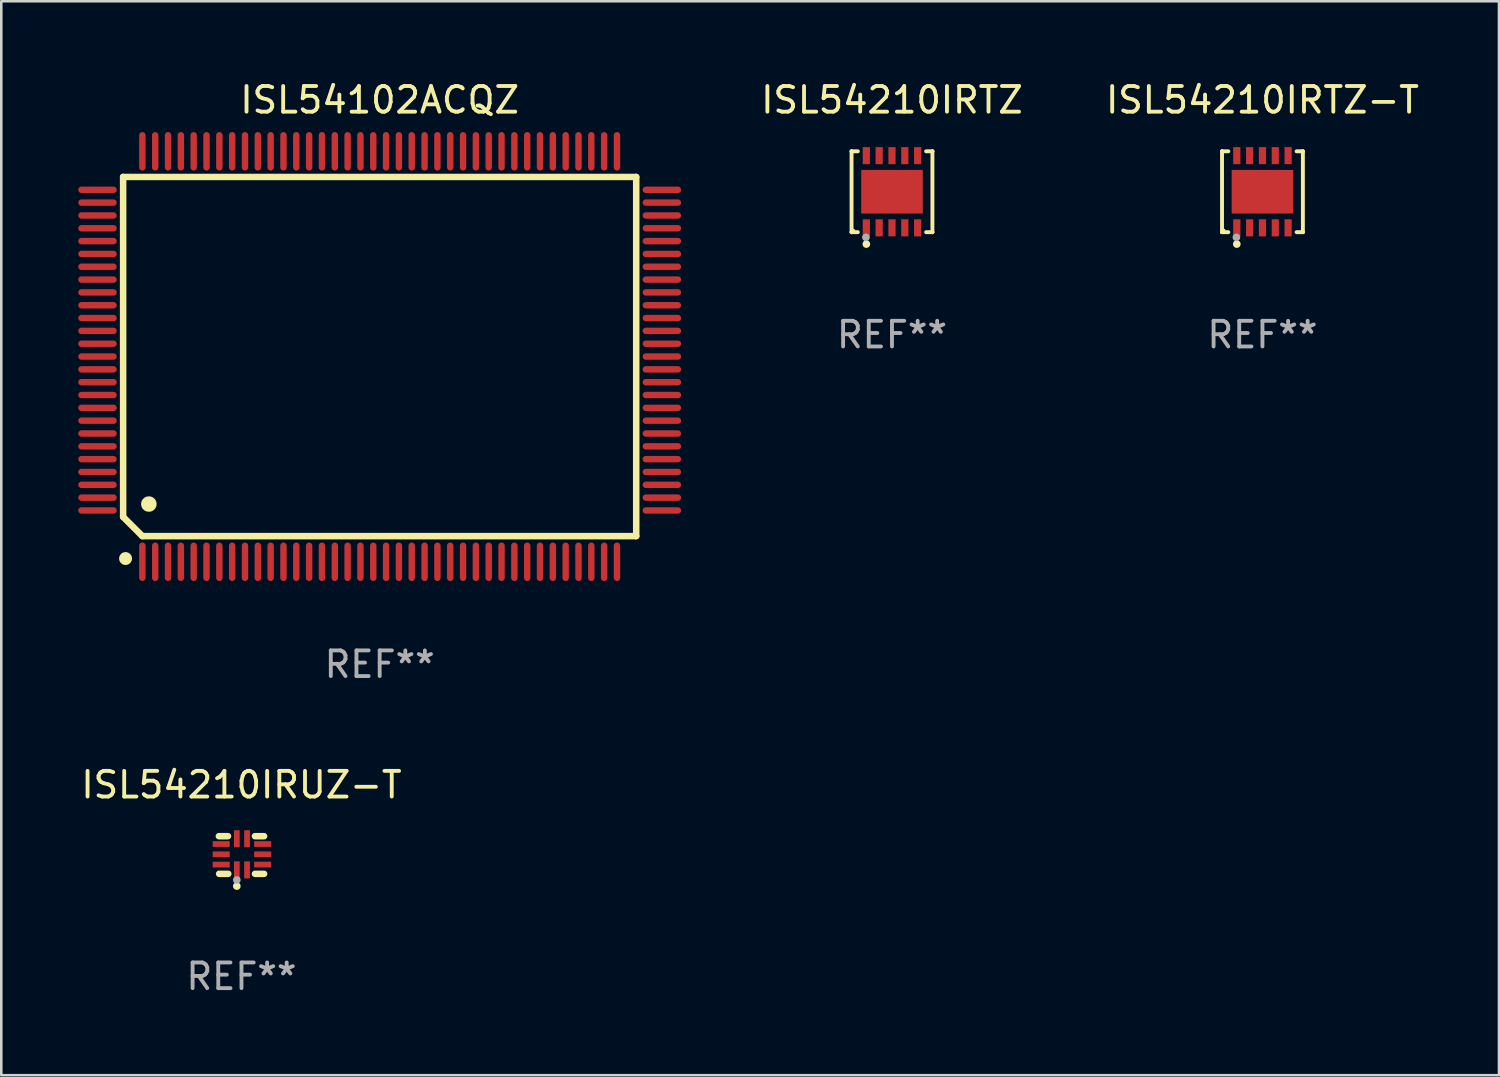
<source format=kicad_pcb>
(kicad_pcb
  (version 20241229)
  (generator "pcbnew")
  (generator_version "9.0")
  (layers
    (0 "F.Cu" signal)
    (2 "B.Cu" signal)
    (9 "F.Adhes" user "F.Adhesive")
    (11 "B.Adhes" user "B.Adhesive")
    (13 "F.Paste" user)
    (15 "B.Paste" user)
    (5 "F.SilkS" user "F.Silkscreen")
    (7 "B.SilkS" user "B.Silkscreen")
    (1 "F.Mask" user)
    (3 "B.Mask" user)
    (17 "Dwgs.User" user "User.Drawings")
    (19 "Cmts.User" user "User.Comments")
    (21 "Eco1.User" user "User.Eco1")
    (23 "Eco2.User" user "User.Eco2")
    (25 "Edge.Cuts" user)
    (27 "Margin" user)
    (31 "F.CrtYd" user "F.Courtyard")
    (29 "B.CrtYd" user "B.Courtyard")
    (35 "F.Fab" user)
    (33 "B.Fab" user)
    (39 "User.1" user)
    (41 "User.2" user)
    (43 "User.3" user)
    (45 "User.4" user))
  (footprint "ISL54210IRUZ-T"
    (layer "F.Cu")
    (at 6.363 30.279)
    (property "Reference" "ISL54210IRUZ-T" (at 0 -2.734 0) (layer "F.SilkS") (effects (font (size 1 1) (thickness 0.15))))
    (attr through_hole)
    (fp_line (start -0.881 -0.734) (end -0.526 -0.734) (stroke (width 0.254) (type solid)) (layer "F.SilkS"))
    (fp_line (start -0.871 0.734) (end -0.516 0.734) (stroke (width 0.254) (type solid)) (layer "F.SilkS"))
    (fp_line (start 0.526 -0.734) (end 0.881 -0.734) (stroke (width 0.254) (type solid)) (layer "F.SilkS"))
    (fp_line (start 0.526 0.734) (end 0.881 0.734) (stroke (width 0.254) (type solid)) (layer "F.SilkS"))
    (fp_circle (center -0.882 0.672) (end -0.852 0.672) (stroke (width 0.06) (type solid)) (fill no) (layer "F.SilkS"))
    (fp_circle (center -0.182 1.212) (end -0.107 1.212) (stroke (width 0.15) (type solid)) (fill no) (layer "F.SilkS"))
    (fp_circle (center -0.182 0.972) (end -0.107 0.972) (stroke (width 0.15) (type solid)) (fill no) (layer "F.Fab"))
    (fp_text user "REF**" (at 0 4.734 0) (layer "F.Fab") (effects (font (size 1 1) (thickness 0.15))))
    (pad "1" smd rect (at -0.182 0.58) (size 0.224 0.665) (layers "F.Cu" "F.Mask" "F.Paste"))
    (pad "2" smd rect (at 0.217 0.58) (size 0.224 0.665) (layers "F.Cu" "F.Mask" "F.Paste"))
    (pad "3" smd rect (at 0.825 0.372) (size 0.665 0.224) (layers "F.Cu" "F.Mask" "F.Paste"))
    (pad "4" smd rect (at 0.825 -0.028) (size 0.665 0.224) (layers "F.Cu" "F.Mask" "F.Paste"))
    (pad "5" smd rect (at 0.825 -0.428) (size 0.665 0.224) (layers "F.Cu" "F.Mask" "F.Paste"))
    (pad "6" smd rect (at 0.217 -0.635) (size 0.224 0.665) (layers "F.Cu" "F.Mask" "F.Paste"))
    (pad "7" smd rect (at -0.182 -0.635) (size 0.224 0.665) (layers "F.Cu" "F.Mask" "F.Paste"))
    (pad "8" smd rect (at -0.79 -0.428) (size 0.665 0.224) (layers "F.Cu" "F.Mask" "F.Paste"))
    (pad "9" smd rect (at -0.79 -0.028) (size 0.665 0.224) (layers "F.Cu" "F.Mask" "F.Paste"))
    (pad "10" smd rect (at -0.79 0.372) (size 0.665 0.224) (layers "F.Cu" "F.Mask" "F.Paste")))
  (footprint "ISL54210IRTZ"
    (layer "F.Cu")
    (at 31.72 4.424)
    (property "Reference" "ISL54210IRTZ" (at 0 -3.576 0) (layer "F.SilkS") (effects (font (size 1 1) (thickness 0.15))))
    (attr through_hole)
    (fp_line (start -1.576 -1.576) (end -1.576 -1.576) (stroke (width 0.152) (type solid)) (layer "F.SilkS"))
    (fp_line (start -1.576 -1.576) (end -1.331 -1.576) (stroke (width 0.152) (type solid)) (layer "F.SilkS"))
    (fp_line (start -1.576 1.576) (end -1.576 -1.576) (stroke (width 0.152) (type solid)) (layer "F.SilkS"))
    (fp_line (start -1.576 1.576) (end -1.576 1.576) (stroke (width 0.152) (type solid)) (layer "F.SilkS"))
    (fp_line (start -1.331 1.576) (end -1.576 1.576) (stroke (width 0.152) (type solid)) (layer "F.SilkS"))
    (fp_line (start 1.331 1.576) (end 1.576 1.576) (stroke (width 0.152) (type solid)) (layer "F.SilkS"))
    (fp_line (start 1.576 -1.576) (end 1.331 -1.576) (stroke (width 0.152) (type solid)) (layer "F.SilkS"))
    (fp_line (start 1.576 -1.576) (end 1.576 -1.576) (stroke (width 0.152) (type solid)) (layer "F.SilkS"))
    (fp_line (start 1.576 1.576) (end 1.576 -1.576) (stroke (width 0.152) (type solid)) (layer "F.SilkS"))
    (fp_line (start 1.576 1.576) (end 1.576 1.576) (stroke (width 0.152) (type solid)) (layer "F.SilkS"))
    (fp_circle (center -1.5 1.5) (end -1.47 1.5) (stroke (width 0.06) (type solid)) (fill no) (layer "F.SilkS"))
    (fp_circle (center -1 2.04) (end -0.925 2.04) (stroke (width 0.15) (type solid)) (fill no) (layer "F.SilkS"))
    (fp_circle (center -1.016 1.778) (end -0.941 1.778) (stroke (width 0.15) (type solid)) (fill no) (layer "F.Fab"))
    (fp_text user "REF**" (at 0 5.576 0) (layer "F.Fab") (effects (font (size 1 1) (thickness 0.15))))
    (pad "1" smd rect (at -1 1.407) (size 0.28 0.665) (layers "F.Cu" "F.Mask" "F.Paste"))
    (pad "2" smd rect (at -0.5 1.407) (size 0.28 0.665) (layers "F.Cu" "F.Mask" "F.Paste"))
    (pad "3" smd rect (at 0 1.407) (size 0.28 0.665) (layers "F.Cu" "F.Mask" "F.Paste"))
    (pad "4" smd rect (at 0.5 1.407) (size 0.28 0.665) (layers "F.Cu" "F.Mask" "F.Paste"))
    (pad "5" smd rect (at 1 1.407) (size 0.28 0.665) (layers "F.Cu" "F.Mask" "F.Paste"))
    (pad "6" smd rect (at 1 -1.407) (size 0.28 0.665) (layers "F.Cu" "F.Mask" "F.Paste"))
    (pad "7" smd rect (at 0.5 -1.407) (size 0.28 0.665) (layers "F.Cu" "F.Mask" "F.Paste"))
    (pad "8" smd rect (at 0 -1.407) (size 0.28 0.665) (layers "F.Cu" "F.Mask" "F.Paste"))
    (pad "9" smd rect (at -0.5 -1.407) (size 0.28 0.665) (layers "F.Cu" "F.Mask" "F.Paste"))
    (pad "10" smd rect (at -1 -1.407) (size 0.28 0.665) (layers "F.Cu" "F.Mask" "F.Paste"))
    (pad "11" smd rect (at 0 0) (size 2.4 1.7) (layers "F.Cu" "F.Mask" "F.Paste")))
  (footprint "ISL54210IRTZ-T"
    (layer "F.Cu")
    (at 46.161 4.424)
    (property "Reference" "ISL54210IRTZ-T" (at 0 -3.576 0) (layer "F.SilkS") (effects (font (size 1 1) (thickness 0.15))))
    (attr through_hole)
    (fp_line (start -1.576 -1.576) (end -1.576 -1.576) (stroke (width 0.152) (type solid)) (layer "F.SilkS"))
    (fp_line (start -1.576 -1.576) (end -1.331 -1.576) (stroke (width 0.152) (type solid)) (layer "F.SilkS"))
    (fp_line (start -1.576 1.576) (end -1.576 -1.576) (stroke (width 0.152) (type solid)) (layer "F.SilkS"))
    (fp_line (start -1.576 1.576) (end -1.576 1.576) (stroke (width 0.152) (type solid)) (layer "F.SilkS"))
    (fp_line (start -1.331 1.576) (end -1.576 1.576) (stroke (width 0.152) (type solid)) (layer "F.SilkS"))
    (fp_line (start 1.331 1.576) (end 1.576 1.576) (stroke (width 0.152) (type solid)) (layer "F.SilkS"))
    (fp_line (start 1.576 -1.576) (end 1.331 -1.576) (stroke (width 0.152) (type solid)) (layer "F.SilkS"))
    (fp_line (start 1.576 -1.576) (end 1.576 -1.576) (stroke (width 0.152) (type solid)) (layer "F.SilkS"))
    (fp_line (start 1.576 1.576) (end 1.576 -1.576) (stroke (width 0.152) (type solid)) (layer "F.SilkS"))
    (fp_line (start 1.576 1.576) (end 1.576 1.576) (stroke (width 0.152) (type solid)) (layer "F.SilkS"))
    (fp_circle (center -1.5 1.5) (end -1.47 1.5) (stroke (width 0.06) (type solid)) (fill no) (layer "F.SilkS"))
    (fp_circle (center -1 2.04) (end -0.925 2.04) (stroke (width 0.15) (type solid)) (fill no) (layer "F.SilkS"))
    (fp_circle (center -1.016 1.778) (end -0.941 1.778) (stroke (width 0.15) (type solid)) (fill no) (layer "F.Fab"))
    (fp_text user "REF**" (at 0 5.576 0) (layer "F.Fab") (effects (font (size 1 1) (thickness 0.15))))
    (pad "1" smd rect (at -1 1.407) (size 0.28 0.665) (layers "F.Cu" "F.Mask" "F.Paste"))
    (pad "2" smd rect (at -0.5 1.407) (size 0.28 0.665) (layers "F.Cu" "F.Mask" "F.Paste"))
    (pad "3" smd rect (at 0 1.407) (size 0.28 0.665) (layers "F.Cu" "F.Mask" "F.Paste"))
    (pad "4" smd rect (at 0.5 1.407) (size 0.28 0.665) (layers "F.Cu" "F.Mask" "F.Paste"))
    (pad "5" smd rect (at 1 1.407) (size 0.28 0.665) (layers "F.Cu" "F.Mask" "F.Paste"))
    (pad "6" smd rect (at 1 -1.407) (size 0.28 0.665) (layers "F.Cu" "F.Mask" "F.Paste"))
    (pad "7" smd rect (at 0.5 -1.407) (size 0.28 0.665) (layers "F.Cu" "F.Mask" "F.Paste"))
    (pad "8" smd rect (at 0 -1.407) (size 0.28 0.665) (layers "F.Cu" "F.Mask" "F.Paste"))
    (pad "9" smd rect (at -0.5 -1.407) (size 0.28 0.665) (layers "F.Cu" "F.Mask" "F.Paste"))
    (pad "10" smd rect (at -1 -1.407) (size 0.28 0.665) (layers "F.Cu" "F.Mask" "F.Paste"))
    (pad "11" smd rect (at 0 0) (size 2.4 1.7) (layers "F.Cu" "F.Mask" "F.Paste")))
  (footprint "ISL54102ACQZ"
    (layer "F.Cu")
    (at 11.75 10.848)
    (property "Reference" "ISL54102ACQZ" (at 0 -10 0) (layer "F.SilkS") (effects (font (size 1 1) (thickness 0.15))))
    (attr through_hole)
    (fp_line (start -10 -7) (end -10 6.25) (stroke (width 0.254) (type solid)) (layer "F.SilkS"))
    (fp_line (start -10 -7) (end 10 -7) (stroke (width 0.254) (type solid)) (layer "F.SilkS"))
    (fp_line (start -9.252 7) (end -10 6.252) (stroke (width 0.254) (type solid)) (layer "F.SilkS"))
    (fp_line (start 10 -7) (end 10 7) (stroke (width 0.254) (type solid)) (layer "F.SilkS"))
    (fp_line (start 10 7) (end -9.252 7) (stroke (width 0.254) (type solid)) (layer "F.SilkS"))
    (fp_arc (start -9.000025 5.750013) (mid -8.997485 5.750002) (end -8.994945 5.750013) (stroke (width 0.6) (type solid)) (layer "F.SilkS"))
    (fp_circle (center -9.906 7.874) (end -9.779 7.874) (stroke (width 0.254) (type solid)) (fill no) (layer "F.SilkS"))
    (fp_text user "REF**" (at 0 12 0) (layer "F.Fab") (effects (font (size 1 1) (thickness 0.15))))
    (pad "1" smd oval (at -9.25 8) (size 0.25 1.5) (layers "F.Cu" "F.Mask" "F.Paste"))
    (pad "2" smd oval (at -8.75 8) (size 0.25 1.5) (layers "F.Cu" "F.Mask" "F.Paste"))
    (pad "3" smd oval (at -8.25 8) (size 0.25 1.5) (layers "F.Cu" "F.Mask" "F.Paste"))
    (pad "4" smd oval (at -7.75 8) (size 0.25 1.5) (layers "F.Cu" "F.Mask" "F.Paste"))
    (pad "5" smd oval (at -7.25 8) (size 0.25 1.5) (layers "F.Cu" "F.Mask" "F.Paste"))
    (pad "6" smd oval (at -6.75 8) (size 0.25 1.5) (layers "F.Cu" "F.Mask" "F.Paste"))
    (pad "7" smd oval (at -6.25 8) (size 0.25 1.5) (layers "F.Cu" "F.Mask" "F.Paste"))
    (pad "8" smd oval (at -5.75 8) (size 0.25 1.5) (layers "F.Cu" "F.Mask" "F.Paste"))
    (pad "9" smd oval (at -5.25 8) (size 0.25 1.5) (layers "F.Cu" "F.Mask" "F.Paste"))
    (pad "10" smd oval (at -4.75 8) (size 0.25 1.5) (layers "F.Cu" "F.Mask" "F.Paste"))
    (pad "11" smd oval (at -4.25 8) (size 0.25 1.5) (layers "F.Cu" "F.Mask" "F.Paste"))
    (pad "12" smd oval (at -3.75 8) (size 0.25 1.5) (layers "F.Cu" "F.Mask" "F.Paste"))
    (pad "13" smd oval (at -3.25 8) (size 0.25 1.5) (layers "F.Cu" "F.Mask" "F.Paste"))
    (pad "14" smd oval (at -2.75 8) (size 0.25 1.5) (layers "F.Cu" "F.Mask" "F.Paste"))
    (pad "15" smd oval (at -2.25 8) (size 0.25 1.5) (layers "F.Cu" "F.Mask" "F.Paste"))
    (pad "16" smd oval (at -1.75 8) (size 0.25 1.5) (layers "F.Cu" "F.Mask" "F.Paste"))
    (pad "17" smd oval (at -1.25 8) (size 0.25 1.5) (layers "F.Cu" "F.Mask" "F.Paste"))
    (pad "18" smd oval (at -0.75 8) (size 0.25 1.5) (layers "F.Cu" "F.Mask" "F.Paste"))
    (pad "19" smd oval (at -0.25 8) (size 0.25 1.5) (layers "F.Cu" "F.Mask" "F.Paste"))
    (pad "20" smd oval (at 0.25 8) (size 0.25 1.5) (layers "F.Cu" "F.Mask" "F.Paste"))
    (pad "21" smd oval (at 0.75 8) (size 0.25 1.5) (layers "F.Cu" "F.Mask" "F.Paste"))
    (pad "22" smd oval (at 1.25 8) (size 0.25 1.5) (layers "F.Cu" "F.Mask" "F.Paste"))
    (pad "23" smd oval (at 1.75 8) (size 0.25 1.5) (layers "F.Cu" "F.Mask" "F.Paste"))
    (pad "24" smd oval (at 2.25 8) (size 0.25 1.5) (layers "F.Cu" "F.Mask" "F.Paste"))
    (pad "25" smd oval (at 2.75 8) (size 0.25 1.5) (layers "F.Cu" "F.Mask" "F.Paste"))
    (pad "26" smd oval (at 3.25 8) (size 0.25 1.5) (layers "F.Cu" "F.Mask" "F.Paste"))
    (pad "27" smd oval (at 3.75 8) (size 0.25 1.5) (layers "F.Cu" "F.Mask" "F.Paste"))
    (pad "28" smd oval (at 4.25 8) (size 0.25 1.5) (layers "F.Cu" "F.Mask" "F.Paste"))
    (pad "29" smd oval (at 4.75 8) (size 0.25 1.5) (layers "F.Cu" "F.Mask" "F.Paste"))
    (pad "30" smd oval (at 5.25 8) (size 0.25 1.5) (layers "F.Cu" "F.Mask" "F.Paste"))
    (pad "31" smd oval (at 5.75 8) (size 0.25 1.5) (layers "F.Cu" "F.Mask" "F.Paste"))
    (pad "32" smd oval (at 6.25 8) (size 0.25 1.5) (layers "F.Cu" "F.Mask" "F.Paste"))
    (pad "33" smd oval (at 6.75 8 180) (size 0.25 1.5) (layers "F.Cu" "F.Mask" "F.Paste"))
    (pad "34" smd oval (at 7.25 8 180) (size 0.25 1.5) (layers "F.Cu" "F.Mask" "F.Paste"))
    (pad "35" smd oval (at 7.75 8 180) (size 0.25 1.5) (layers "F.Cu" "F.Mask" "F.Paste"))
    (pad "36" smd oval (at 8.25 8 180) (size 0.25 1.5) (layers "F.Cu" "F.Mask" "F.Paste"))
    (pad "37" smd oval (at 8.75 8 180) (size 0.25 1.5) (layers "F.Cu" "F.Mask" "F.Paste"))
    (pad "38" smd oval (at 9.25 8 180) (size 0.25 1.5) (layers "F.Cu" "F.Mask" "F.Paste"))
    (pad "39" smd oval (at 11 6 270) (size 0.25 1.5) (layers "F.Cu" "F.Mask" "F.Paste"))
    (pad "40" smd oval (at 11 5.5 270) (size 0.25 1.5) (layers "F.Cu" "F.Mask" "F.Paste"))
    (pad "41" smd oval (at 11 5 270) (size 0.25 1.5) (layers "F.Cu" "F.Mask" "F.Paste"))
    (pad "42" smd oval (at 11 4.5 270) (size 0.25 1.5) (layers "F.Cu" "F.Mask" "F.Paste"))
    (pad "43" smd oval (at 11 4 270) (size 0.25 1.5) (layers "F.Cu" "F.Mask" "F.Paste"))
    (pad "44" smd oval (at 11 3.5 270) (size 0.25 1.5) (layers "F.Cu" "F.Mask" "F.Paste"))
    (pad "45" smd oval (at 11 3 270) (size 0.25 1.5) (layers "F.Cu" "F.Mask" "F.Paste"))
    (pad "46" smd oval (at 11 2.5 270) (size 0.25 1.5) (layers "F.Cu" "F.Mask" "F.Paste"))
    (pad "47" smd oval (at 11 2 270) (size 0.25 1.5) (layers "F.Cu" "F.Mask" "F.Paste"))
    (pad "48" smd oval (at 11 1.5 270) (size 0.25 1.5) (layers "F.Cu" "F.Mask" "F.Paste"))
    (pad "49" smd oval (at 11 1 270) (size 0.25 1.5) (layers "F.Cu" "F.Mask" "F.Paste"))
    (pad "50" smd oval (at 11 0.5 270) (size 0.25 1.5) (layers "F.Cu" "F.Mask" "F.Paste"))
    (pad "51" smd oval (at 11 0 270) (size 0.25 1.5) (layers "F.Cu" "F.Mask" "F.Paste"))
    (pad "52" smd oval (at 11 -0.5 270) (size 0.25 1.5) (layers "F.Cu" "F.Mask" "F.Paste"))
    (pad "53" smd oval (at 11 -1 270) (size 0.25 1.5) (layers "F.Cu" "F.Mask" "F.Paste"))
    (pad "54" smd oval (at 11 -1.5 270) (size 0.25 1.5) (layers "F.Cu" "F.Mask" "F.Paste"))
    (pad "55" smd oval (at 11 -2 270) (size 0.25 1.5) (layers "F.Cu" "F.Mask" "F.Paste"))
    (pad "56" smd oval (at 11 -2.5 270) (size 0.25 1.5) (layers "F.Cu" "F.Mask" "F.Paste"))
    (pad "57" smd oval (at 11 -3 270) (size 0.25 1.5) (layers "F.Cu" "F.Mask" "F.Paste"))
    (pad "58" smd oval (at 11 -3.5 270) (size 0.25 1.5) (layers "F.Cu" "F.Mask" "F.Paste"))
    (pad "59" smd oval (at 11 -4 270) (size 0.25 1.5) (layers "F.Cu" "F.Mask" "F.Paste"))
    (pad "60" smd oval (at 11 -4.5 270) (size 0.25 1.5) (layers "F.Cu" "F.Mask" "F.Paste"))
    (pad "61" smd oval (at 11 -5 270) (size 0.25 1.5) (layers "F.Cu" "F.Mask" "F.Paste"))
    (pad "62" smd oval (at 11 -5.5 270) (size 0.25 1.5) (layers "F.Cu" "F.Mask" "F.Paste"))
    (pad "63" smd oval (at 11 -6 270) (size 0.25 1.5) (layers "F.Cu" "F.Mask" "F.Paste"))
    (pad "64" smd oval (at 11 -6.5 270) (size 0.25 1.5) (layers "F.Cu" "F.Mask" "F.Paste"))
    (pad "65" smd oval (at 9.25 -8 180) (size 0.25 1.5) (layers "F.Cu" "F.Mask" "F.Paste"))
    (pad "66" smd oval (at 8.75 -8 180) (size 0.25 1.5) (layers "F.Cu" "F.Mask" "F.Paste"))
    (pad "67" smd oval (at 8.25 -8 180) (size 0.25 1.5) (layers "F.Cu" "F.Mask" "F.Paste"))
    (pad "68" smd oval (at 7.75 -8 180) (size 0.25 1.5) (layers "F.Cu" "F.Mask" "F.Paste"))
    (pad "69" smd oval (at 7.25 -8 180) (size 0.25 1.5) (layers "F.Cu" "F.Mask" "F.Paste"))
    (pad "70" smd oval (at 6.75 -8 180) (size 0.25 1.5) (layers "F.Cu" "F.Mask" "F.Paste"))
    (pad "71" smd oval (at 6.25 -8 180) (size 0.25 1.5) (layers "F.Cu" "F.Mask" "F.Paste"))
    (pad "72" smd oval (at 5.75 -8 180) (size 0.25 1.5) (layers "F.Cu" "F.Mask" "F.Paste"))
    (pad "73" smd oval (at 5.25 -8 180) (size 0.25 1.5) (layers "F.Cu" "F.Mask" "F.Paste"))
    (pad "74" smd oval (at 4.75 -8 180) (size 0.25 1.5) (layers "F.Cu" "F.Mask" "F.Paste"))
    (pad "75" smd oval (at 4.25 -8 180) (size 0.25 1.5) (layers "F.Cu" "F.Mask" "F.Paste"))
    (pad "76" smd oval (at 3.75 -8 180) (size 0.25 1.5) (layers "F.Cu" "F.Mask" "F.Paste"))
    (pad "77" smd oval (at 3.25 -8 180) (size 0.25 1.5) (layers "F.Cu" "F.Mask" "F.Paste"))
    (pad "78" smd oval (at 2.75 -8 180) (size 0.25 1.5) (layers "F.Cu" "F.Mask" "F.Paste"))
    (pad "79" smd oval (at 2.25 -8 180) (size 0.25 1.5) (layers "F.Cu" "F.Mask" "F.Paste"))
    (pad "80" smd oval (at 1.75 -8 180) (size 0.25 1.5) (layers "F.Cu" "F.Mask" "F.Paste"))
    (pad "81" smd oval (at 1.25 -8 180) (size 0.25 1.5) (layers "F.Cu" "F.Mask" "F.Paste"))
    (pad "82" smd oval (at 0.75 -8 180) (size 0.25 1.5) (layers "F.Cu" "F.Mask" "F.Paste"))
    (pad "83" smd oval (at 0.25 -8 180) (size 0.25 1.5) (layers "F.Cu" "F.Mask" "F.Paste"))
    (pad "84" smd oval (at -0.25 -8 180) (size 0.25 1.5) (layers "F.Cu" "F.Mask" "F.Paste"))
    (pad "85" smd oval (at -0.75 -8 180) (size 0.25 1.5) (layers "F.Cu" "F.Mask" "F.Paste"))
    (pad "86" smd oval (at -1.25 -8 180) (size 0.25 1.5) (layers "F.Cu" "F.Mask" "F.Paste"))
    (pad "87" smd oval (at -1.75 -8 180) (size 0.25 1.5) (layers "F.Cu" "F.Mask" "F.Paste"))
    (pad "88" smd oval (at -2.25 -8 180) (size 0.25 1.5) (layers "F.Cu" "F.Mask" "F.Paste"))
    (pad "89" smd oval (at -2.75 -8 180) (size 0.25 1.5) (layers "F.Cu" "F.Mask" "F.Paste"))
    (pad "90" smd oval (at -3.25 -8 180) (size 0.25 1.5) (layers "F.Cu" "F.Mask" "F.Paste"))
    (pad "91" smd oval (at -3.75 -8 180) (size 0.25 1.5) (layers "F.Cu" "F.Mask" "F.Paste"))
    (pad "92" smd oval (at -4.25 -8 180) (size 0.25 1.5) (layers "F.Cu" "F.Mask" "F.Paste"))
    (pad "93" smd oval (at -4.75 -8 180) (size 0.25 1.5) (layers "F.Cu" "F.Mask" "F.Paste"))
    (pad "94" smd oval (at -5.25 -8 180) (size 0.25 1.5) (layers "F.Cu" "F.Mask" "F.Paste"))
    (pad "95" smd oval (at -5.75 -8 180) (size 0.25 1.5) (layers "F.Cu" "F.Mask" "F.Paste"))
    (pad "96" smd oval (at -6.25 -8 180) (size 0.25 1.5) (layers "F.Cu" "F.Mask" "F.Paste"))
    (pad "97" smd oval (at -6.75 -8 180) (size 0.25 1.5) (layers "F.Cu" "F.Mask" "F.Paste"))
    (pad "98" smd oval (at -7.25 -8 180) (size 0.25 1.5) (layers "F.Cu" "F.Mask" "F.Paste"))
    (pad "99" smd oval (at -7.75 -8 180) (size 0.25 1.5) (layers "F.Cu" "F.Mask" "F.Paste"))
    (pad "100" smd oval (at -8.25 -8 180) (size 0.25 1.5) (layers "F.Cu" "F.Mask" "F.Paste"))
    (pad "101" smd oval (at -8.75 -8 180) (size 0.25 1.5) (layers "F.Cu" "F.Mask" "F.Paste"))
    (pad "102" smd oval (at -9.25 -8) (size 0.25 1.5) (layers "F.Cu" "F.Mask" "F.Paste"))
    (pad "103" smd oval (at -11 -6.5 270) (size 0.25 1.5) (layers "F.Cu" "F.Mask" "F.Paste"))
    (pad "104" smd oval (at -11 -6 270) (size 0.25 1.5) (layers "F.Cu" "F.Mask" "F.Paste"))
    (pad "105" smd oval (at -11 -5.5 270) (size 0.25 1.5) (layers "F.Cu" "F.Mask" "F.Paste"))
    (pad "106" smd oval (at -11 -5 270) (size 0.25 1.5) (layers "F.Cu" "F.Mask" "F.Paste"))
    (pad "107" smd oval (at -11 -4.5 270) (size 0.25 1.5) (layers "F.Cu" "F.Mask" "F.Paste"))
    (pad "108" smd oval (at -11 -4 270) (size 0.25 1.5) (layers "F.Cu" "F.Mask" "F.Paste"))
    (pad "109" smd oval (at -11 -3.5 270) (size 0.25 1.5) (layers "F.Cu" "F.Mask" "F.Paste"))
    (pad "110" smd oval (at -11 -3 270) (size 0.25 1.5) (layers "F.Cu" "F.Mask" "F.Paste"))
    (pad "111" smd oval (at -11 -2.5 270) (size 0.25 1.5) (layers "F.Cu" "F.Mask" "F.Paste"))
    (pad "112" smd oval (at -11 -2 270) (size 0.25 1.5) (layers "F.Cu" "F.Mask" "F.Paste"))
    (pad "113" smd oval (at -11 -1.5 270) (size 0.25 1.5) (layers "F.Cu" "F.Mask" "F.Paste"))
    (pad "114" smd oval (at -11 -1 270) (size 0.25 1.5) (layers "F.Cu" "F.Mask" "F.Paste"))
    (pad "115" smd oval (at -11 -0.5 270) (size 0.25 1.5) (layers "F.Cu" "F.Mask" "F.Paste"))
    (pad "116" smd oval (at -11 0 270) (size 0.25 1.5) (layers "F.Cu" "F.Mask" "F.Paste"))
    (pad "117" smd oval (at -11 0.5 270) (size 0.25 1.5) (layers "F.Cu" "F.Mask" "F.Paste"))
    (pad "118" smd oval (at -11 1 270) (size 0.25 1.5) (layers "F.Cu" "F.Mask" "F.Paste"))
    (pad "119" smd oval (at -11 1.5 270) (size 0.25 1.5) (layers "F.Cu" "F.Mask" "F.Paste"))
    (pad "120" smd oval (at -11 2 270) (size 0.25 1.5) (layers "F.Cu" "F.Mask" "F.Paste"))
    (pad "121" smd oval (at -11 2.5 270) (size 0.25 1.5) (layers "F.Cu" "F.Mask" "F.Paste"))
    (pad "122" smd oval (at -11 3 270) (size 0.25 1.5) (layers "F.Cu" "F.Mask" "F.Paste"))
    (pad "123" smd oval (at -11 3.5 270) (size 0.25 1.5) (layers "F.Cu" "F.Mask" "F.Paste"))
    (pad "124" smd oval (at -11 4 270) (size 0.25 1.5) (layers "F.Cu" "F.Mask" "F.Paste"))
    (pad "125" smd oval (at -11 4.5 270) (size 0.25 1.5) (layers "F.Cu" "F.Mask" "F.Paste"))
    (pad "126" smd oval (at -11 5 270) (size 0.25 1.5) (layers "F.Cu" "F.Mask" "F.Paste"))
    (pad "127" smd oval (at -11 5.5 270) (size 0.25 1.5) (layers "F.Cu" "F.Mask" "F.Paste"))
    (pad "128" smd oval (at -11 6 270) (size 0.25 1.5) (layers "F.Cu" "F.Mask" "F.Paste")))
  (gr_rect
    (start -3 -3)
    (end 55.381 38.862)
    (stroke (width 0.1) (type default))
    (fill no)
    (layer "Edge.Cuts")))
</source>
